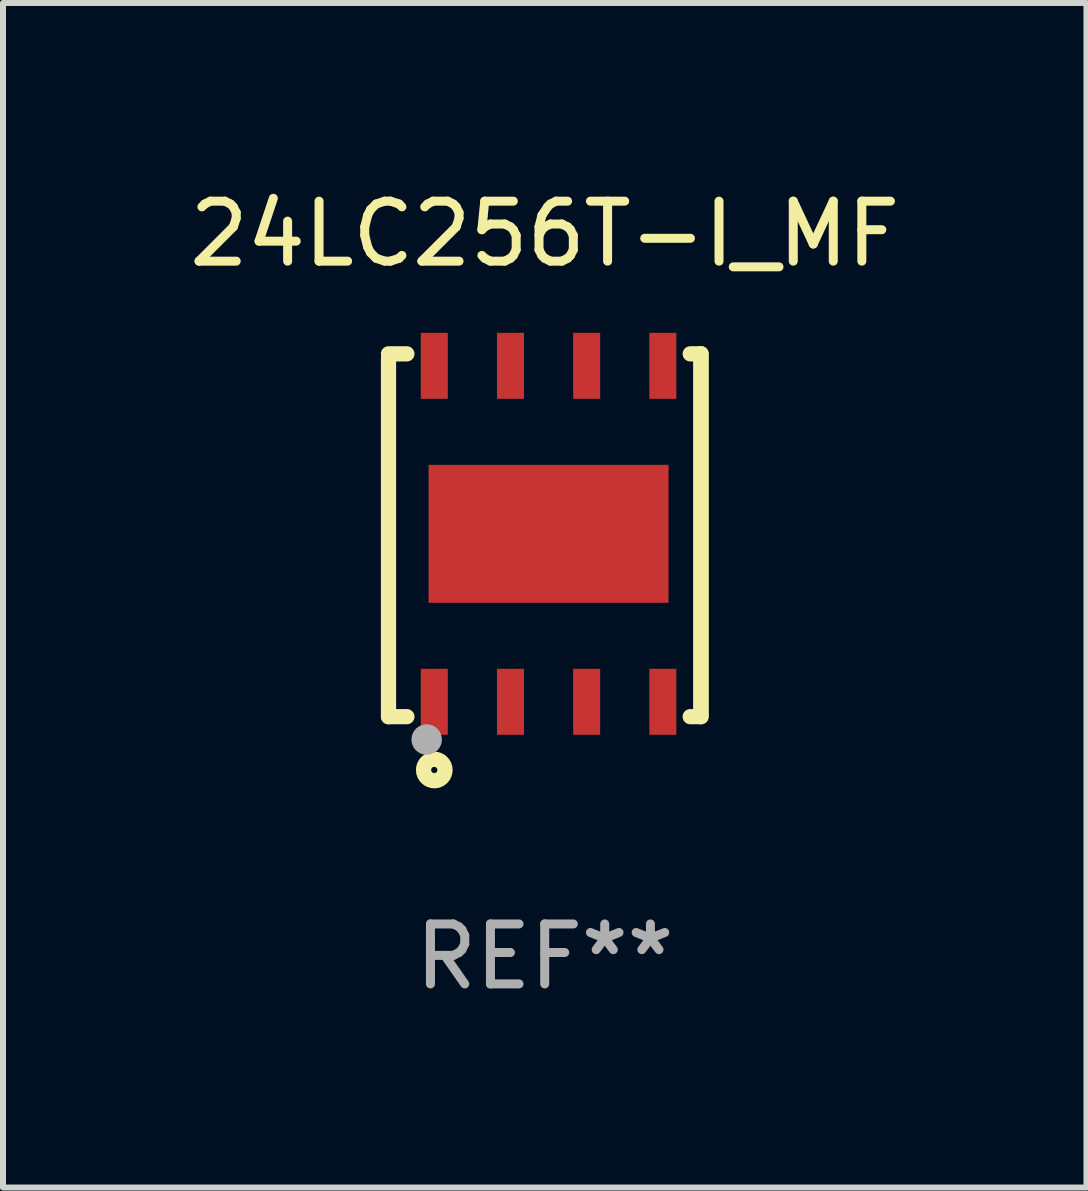
<source format=kicad_pcb>
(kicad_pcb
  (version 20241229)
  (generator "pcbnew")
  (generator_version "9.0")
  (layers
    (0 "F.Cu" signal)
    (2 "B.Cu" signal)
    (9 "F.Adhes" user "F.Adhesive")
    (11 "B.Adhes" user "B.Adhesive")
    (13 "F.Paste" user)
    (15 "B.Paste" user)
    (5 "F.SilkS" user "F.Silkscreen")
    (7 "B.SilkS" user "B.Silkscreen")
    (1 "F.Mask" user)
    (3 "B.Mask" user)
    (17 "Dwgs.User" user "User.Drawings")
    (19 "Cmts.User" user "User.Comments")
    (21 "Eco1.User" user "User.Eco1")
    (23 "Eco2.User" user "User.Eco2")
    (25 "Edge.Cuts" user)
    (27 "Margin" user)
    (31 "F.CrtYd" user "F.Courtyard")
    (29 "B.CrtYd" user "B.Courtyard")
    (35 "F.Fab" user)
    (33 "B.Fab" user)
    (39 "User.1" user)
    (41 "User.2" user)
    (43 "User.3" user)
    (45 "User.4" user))
  (footprint "24LC256T-I_MF"
    (layer "F.Cu")
    (at 6.03 5.872)
    (property "Reference" "24LC256T-I_MF" (at 0 -5.024 0) (layer "F.SilkS") (effects (font (size 1 1) (thickness 0.15))))
    (attr through_hole)
    (fp_line (start -2.604 -2.945) (end -2.604 3.024) (stroke (width 0.254) (type solid)) (layer "F.SilkS"))
    (fp_line (start -2.604 3.024) (end -2.298 3.024) (stroke (width 0.254) (type solid)) (layer "F.SilkS"))
    (fp_line (start -2.298 -3.024) (end -2.604 -3.024) (stroke (width 0.254) (type solid)) (layer "F.SilkS"))
    (fp_line (start 2.425 3.024) (end 2.604 3.024) (stroke (width 0.254) (type solid)) (layer "F.SilkS"))
    (fp_line (start 2.604 -3.024) (end 2.425 -3.024) (stroke (width 0.254) (type solid)) (layer "F.SilkS"))
    (fp_line (start 2.604 -3.024) (end 2.604 2.976) (stroke (width 0.254) (type solid)) (layer "F.SilkS"))
    (fp_line (start 2.604 3.024) (end 2.604 -3.024) (stroke (width 0.254) (type solid)) (layer "F.SilkS"))
    (fp_circle (center -2.436 2.976) (end -2.406 2.976) (stroke (width 0.06) (type solid)) (fill no) (layer "F.SilkS"))
    (fp_circle (center -1.841 3.913) (end -1.662 3.913) (stroke (width 0.254) (type solid)) (fill no) (layer "F.SilkS"))
    (fp_circle (center -1.968 3.405) (end -1.841 3.405) (stroke (width 0.254) (type solid)) (fill no) (layer "F.Fab"))
    (fp_text user "REF**" (at 0 7.024 0) (layer "F.Fab") (effects (font (size 1 1) (thickness 0.15))))
    (pad "1" smd rect (at -1.841 2.776) (size 0.45 1.1) (layers "F.Cu" "F.Mask" "F.Paste"))
    (pad "2" smd rect (at -0.571 2.776) (size 0.45 1.1) (layers "F.Cu" "F.Mask" "F.Paste"))
    (pad "3" smd rect (at 0.699 2.776) (size 0.45 1.1) (layers "F.Cu" "F.Mask" "F.Paste"))
    (pad "4" smd rect (at 1.969 2.776) (size 0.45 1.1) (layers "F.Cu" "F.Mask" "F.Paste"))
    (pad "5" smd rect (at 1.969 -2.824) (size 0.45 1.1) (layers "F.Cu" "F.Mask" "F.Paste"))
    (pad "6" smd rect (at 0.699 -2.824) (size 0.45 1.1) (layers "F.Cu" "F.Mask" "F.Paste"))
    (pad "7" smd rect (at -0.571 -2.824) (size 0.45 1.1) (layers "F.Cu" "F.Mask" "F.Paste"))
    (pad "8" smd rect (at -1.841 -2.824) (size 0.45 1.1) (layers "F.Cu" "F.Mask" "F.Paste"))
    (pad "9" smd rect (at 0.064 -0.024) (size 4 2.3) (layers "F.Cu" "F.Mask" "F.Paste")))
  (gr_rect
    (start -3 -3)
    (end 15.06 16.745)
    (stroke (width 0.1) (type default))
    (fill no)
    (layer "Edge.Cuts")))
</source>
